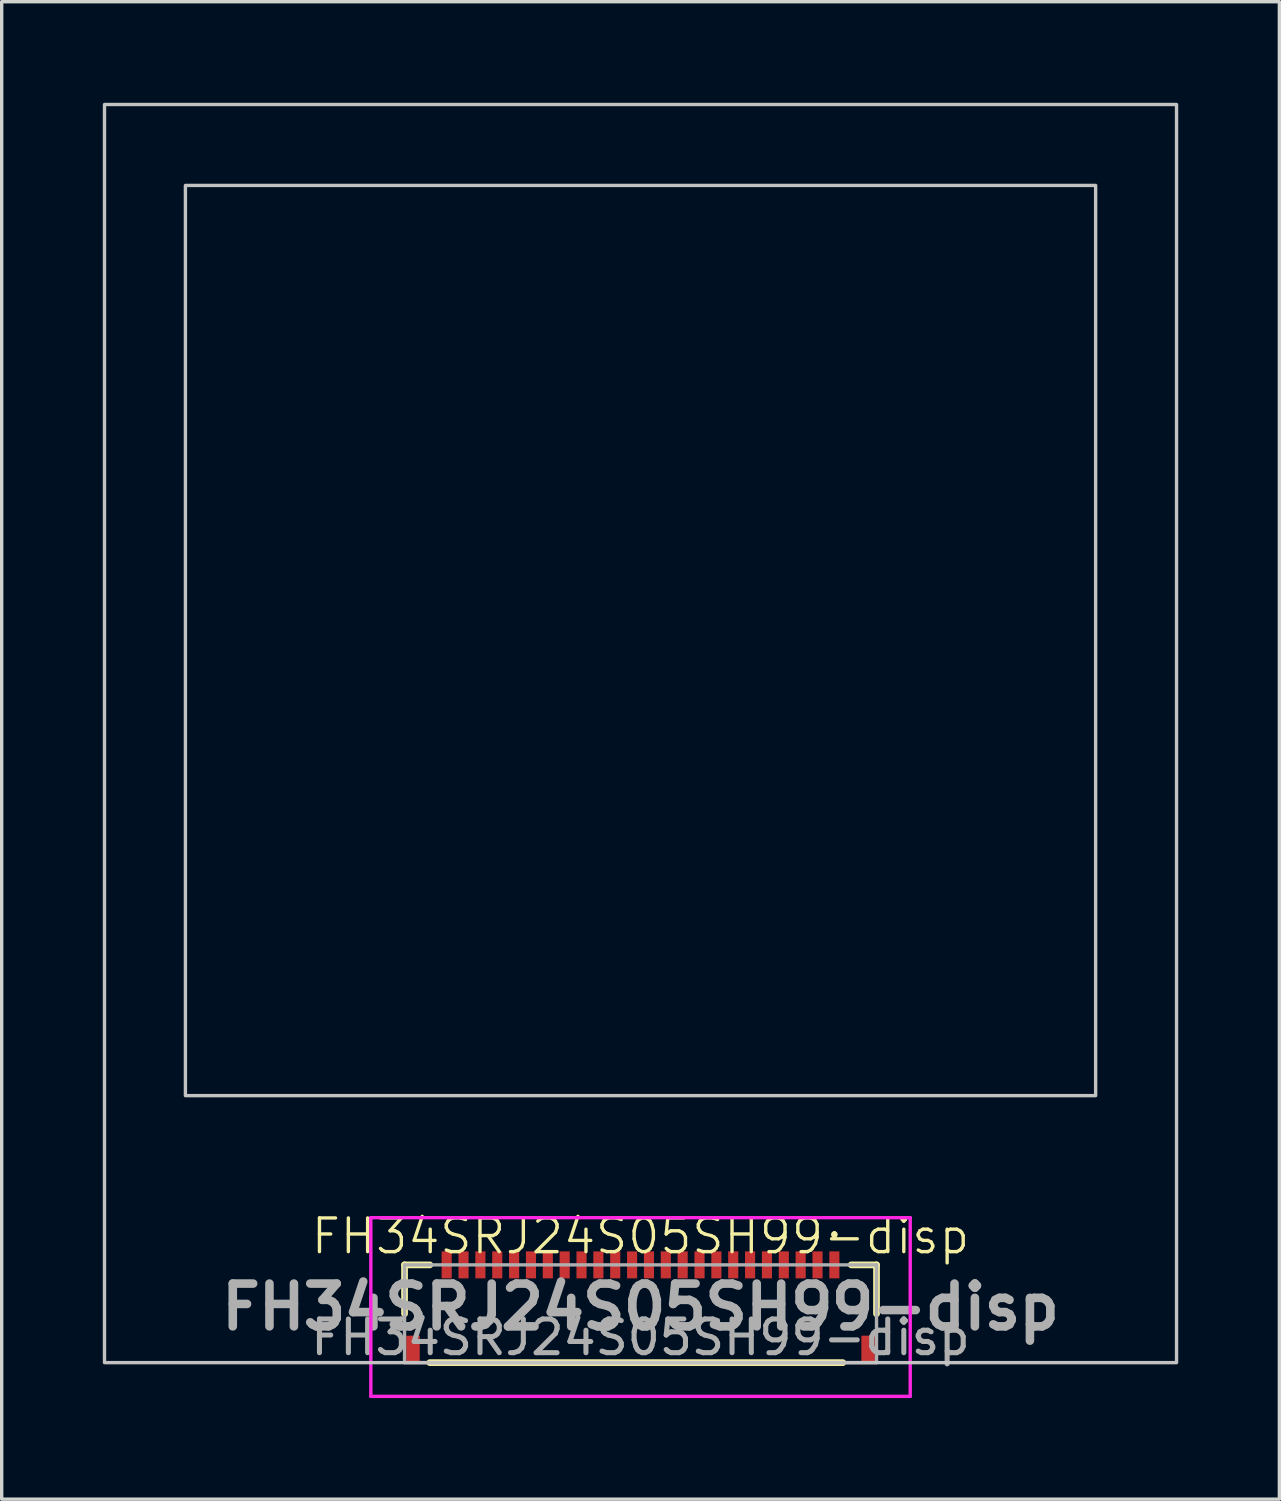
<source format=kicad_pcb>
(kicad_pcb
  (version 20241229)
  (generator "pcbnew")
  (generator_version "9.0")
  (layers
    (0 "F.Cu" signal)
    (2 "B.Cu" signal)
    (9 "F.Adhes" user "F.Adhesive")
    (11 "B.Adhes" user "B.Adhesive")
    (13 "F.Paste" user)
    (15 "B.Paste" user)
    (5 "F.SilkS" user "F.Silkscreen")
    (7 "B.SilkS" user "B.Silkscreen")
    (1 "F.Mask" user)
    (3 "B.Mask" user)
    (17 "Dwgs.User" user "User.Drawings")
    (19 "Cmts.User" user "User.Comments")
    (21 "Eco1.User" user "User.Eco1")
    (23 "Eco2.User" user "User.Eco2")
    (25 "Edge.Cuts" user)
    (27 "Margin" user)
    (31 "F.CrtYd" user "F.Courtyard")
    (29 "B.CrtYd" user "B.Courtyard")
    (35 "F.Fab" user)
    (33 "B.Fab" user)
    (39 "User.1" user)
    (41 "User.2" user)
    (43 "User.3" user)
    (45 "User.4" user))
  (footprint "FH34SRJ24S05SH99-disp"
    (layer "F.Cu")
    (at 15.95 35.92)
    (property "Reference" "FH34SRJ24S05SH99-disp" (at 0 -2.3 0) (unlocked yes) (layer "F.SilkS") (effects (font (size 1 1) (thickness 0.1))))
    (attr smd)
    (fp_line (start -7 -1.45) (end -7 0) (stroke (width 0.2) (type solid)) (layer "F.SilkS"))
    (fp_line (start -6.25 -1.45) (end -7 -1.45) (stroke (width 0.2) (type solid)) (layer "F.SilkS"))
    (fp_line (start -6.25 1.45) (end 6 1.45) (stroke (width 0.2) (type solid)) (layer "F.SilkS"))
    (fp_line (start 5.75 -2.4) (end 5.75 -2.4) (stroke (width 0.1) (type solid)) (layer "F.SilkS"))
    (fp_line (start 5.75 -2.3) (end 5.75 -2.3) (stroke (width 0.1) (type solid)) (layer "F.SilkS"))
    (fp_line (start 6.25 -1.45) (end 7 -1.45) (stroke (width 0.2) (type solid)) (layer "F.SilkS"))
    (fp_line (start 7 -1.45) (end 7 0) (stroke (width 0.2) (type solid)) (layer "F.SilkS"))
    (fp_arc (start 5.75 -2.4) (mid 5.8 -2.35) (end 5.75 -2.3) (stroke (width 0.1) (type solid)) (layer "F.SilkS"))
    (fp_arc (start 5.75 -2.3) (mid 5.7 -2.35) (end 5.75 -2.4) (stroke (width 0.1) (type solid)) (layer "F.SilkS"))
    (fp_rect (start -15.9 -35.87) (end 15.9 1.45) (stroke (width 0.1) (type solid)) (fill no) (layer "Dwgs.User"))
    (fp_rect (start -13.5 -33.47) (end 13.5 -6.47) (stroke (width 0.1) (type solid)) (fill no) (layer "Dwgs.User"))
    (fp_line (start -8 -2.85) (end 8 -2.85) (stroke (width 0.1) (type solid)) (layer "F.CrtYd"))
    (fp_line (start -8 2.45) (end -8 -2.85) (stroke (width 0.1) (type solid)) (layer "F.CrtYd"))
    (fp_line (start 8 -2.85) (end 8 2.45) (stroke (width 0.1) (type solid)) (layer "F.CrtYd"))
    (fp_line (start 8 2.45) (end -8 2.45) (stroke (width 0.1) (type solid)) (layer "F.CrtYd"))
    (fp_line (start -7 -1.45) (end 7 -1.45) (stroke (width 0.1) (type solid)) (layer "F.Fab"))
    (fp_line (start -7 1.45) (end -7 -1.45) (stroke (width 0.1) (type solid)) (layer "F.Fab"))
    (fp_line (start 7 -1.45) (end 7 1.45) (stroke (width 0.1) (type solid)) (layer "F.Fab"))
    (fp_line (start 7 1.45) (end -7 1.45) (stroke (width 0.1) (type solid)) (layer "F.Fab"))
    (fp_text user "${REFERENCE}" (at 0 -0.2 0) (layer "F.Fab") (effects (font (size 1.27 1.27) (thickness 0.254))))
    (fp_text user "${REFERENCE}" (at 0 0.7 0) (unlocked yes) (layer "F.Fab") (effects (font (size 1 1) (thickness 0.15))))
    (pad "1" smd rect (at 5.75 -1.45) (size 0.3 0.8) (layers "F.Cu" "F.Mask" "F.Paste"))
    (pad "2" smd rect (at 5.25 -1.45) (size 0.3 0.8) (layers "F.Cu" "F.Mask" "F.Paste"))
    (pad "3" smd rect (at 4.75 -1.45) (size 0.3 0.8) (layers "F.Cu" "F.Mask" "F.Paste"))
    (pad "4" smd rect (at 4.25 -1.45) (size 0.3 0.8) (layers "F.Cu" "F.Mask" "F.Paste"))
    (pad "5" smd rect (at 3.75 -1.45) (size 0.3 0.8) (layers "F.Cu" "F.Mask" "F.Paste"))
    (pad "6" smd rect (at 3.25 -1.45) (size 0.3 0.8) (layers "F.Cu" "F.Mask" "F.Paste"))
    (pad "7" smd rect (at 2.75 -1.45) (size 0.3 0.8) (layers "F.Cu" "F.Mask" "F.Paste"))
    (pad "8" smd rect (at 2.25 -1.45) (size 0.3 0.8) (layers "F.Cu" "F.Mask" "F.Paste"))
    (pad "9" smd rect (at 1.75 -1.45) (size 0.3 0.8) (layers "F.Cu" "F.Mask" "F.Paste"))
    (pad "10" smd rect (at 1.25 -1.45) (size 0.3 0.8) (layers "F.Cu" "F.Mask" "F.Paste"))
    (pad "11" smd rect (at 0.75 -1.45) (size 0.3 0.8) (layers "F.Cu" "F.Mask" "F.Paste"))
    (pad "12" smd rect (at 0.25 -1.45) (size 0.3 0.8) (layers "F.Cu" "F.Mask" "F.Paste"))
    (pad "13" smd rect (at -0.25 -1.45) (size 0.3 0.8) (layers "F.Cu" "F.Mask" "F.Paste"))
    (pad "14" smd rect (at -0.75 -1.45) (size 0.3 0.8) (layers "F.Cu" "F.Mask" "F.Paste"))
    (pad "15" smd rect (at -1.25 -1.45) (size 0.3 0.8) (layers "F.Cu" "F.Mask" "F.Paste"))
    (pad "16" smd rect (at -1.75 -1.45) (size 0.3 0.8) (layers "F.Cu" "F.Mask" "F.Paste"))
    (pad "17" smd rect (at -2.25 -1.45) (size 0.3 0.8) (layers "F.Cu" "F.Mask" "F.Paste"))
    (pad "18" smd rect (at -2.75 -1.45) (size 0.3 0.8) (layers "F.Cu" "F.Mask" "F.Paste"))
    (pad "19" smd rect (at -3.25 -1.45) (size 0.3 0.8) (layers "F.Cu" "F.Mask" "F.Paste"))
    (pad "20" smd rect (at -3.75 -1.45) (size 0.3 0.8) (layers "F.Cu" "F.Mask" "F.Paste"))
    (pad "21" smd rect (at -4.25 -1.45) (size 0.3 0.8) (layers "F.Cu" "F.Mask" "F.Paste"))
    (pad "22" smd rect (at -4.75 -1.45) (size 0.3 0.8) (layers "F.Cu" "F.Mask" "F.Paste"))
    (pad "23" smd rect (at -5.25 -1.45) (size 0.3 0.8) (layers "F.Cu" "F.Mask" "F.Paste"))
    (pad "24" smd rect (at -5.75 -1.45) (size 0.3 0.8) (layers "F.Cu" "F.Mask" "F.Paste"))
    (pad "MP1" smd rect (at 6.75 1.05) (size 0.4 0.8) (layers "F.Cu" "F.Mask" "F.Paste"))
    (pad "MP2" smd rect (at -6.75 1.05) (size 0.4 0.8) (layers "F.Cu" "F.Mask" "F.Paste")))
  (gr_rect
    (start -3 -3)
    (end 34.9 41.42)
    (stroke (width 0.1) (type default))
    (fill no)
    (layer "Edge.Cuts")))
</source>
